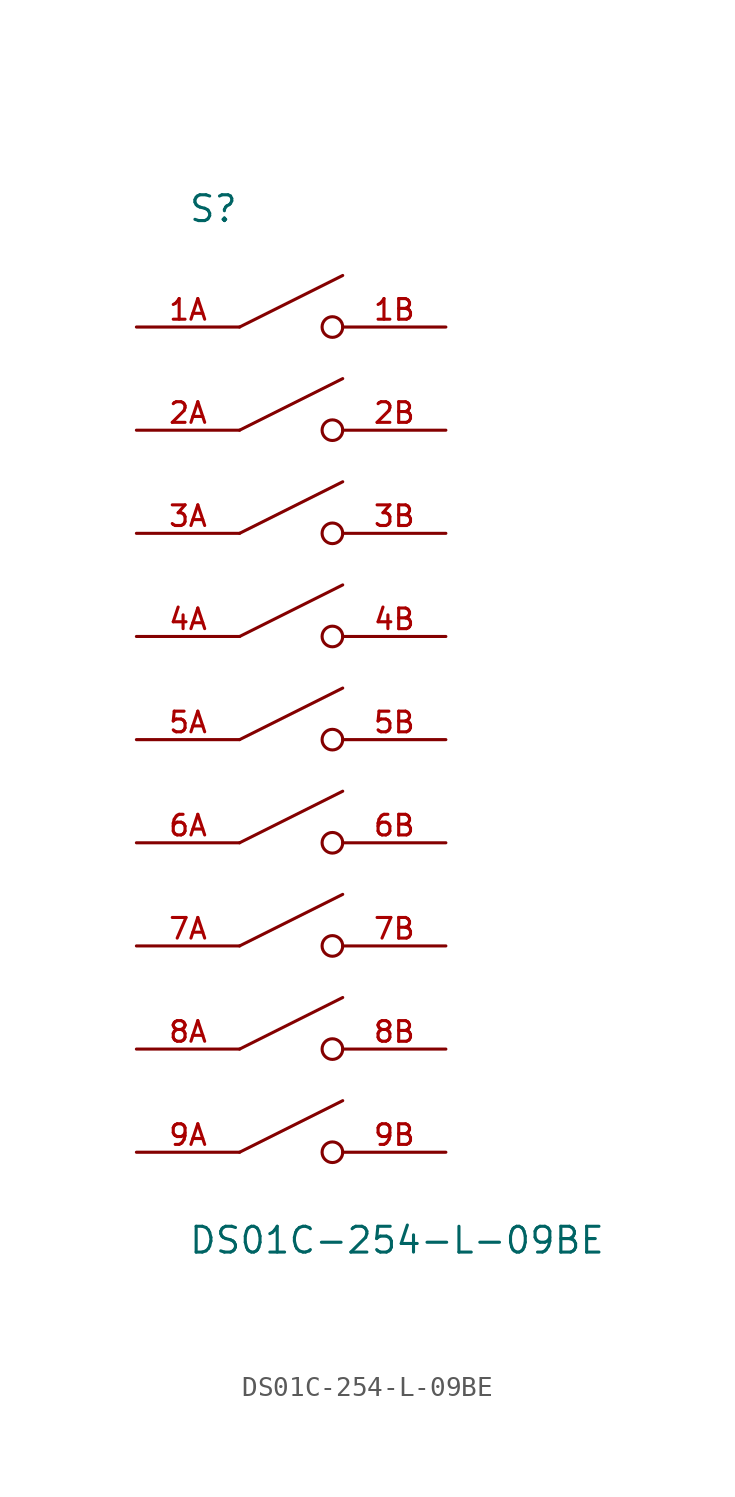
<source format=kicad_sym>
(kicad_symbol_lib
  (version 20211014)
  (generator kicad_symbol_editor)
  (symbol "DS01C-254-L-09BE"
    (pin_names
      (offset 1.016))
    (property "Reference" "S"
      (at -5.08 25.4 0)
      (effects (font (size 1.27 1.27)) (justify bottom left)))
    (property "Value" "DS01C-254-L-09BE"
      (at -5.08 -25.4 0)
      (effects (font (size 1.27 1.27)) (justify bottom left)))
    (symbol "DS01C-254-L-09BE_0_0"
      (polyline (pts (xy -2.54 20.32) (xy 2.54 22.86)) (stroke (width 0.152)))
      (circle (center 2.032 20.32) (radius 0.508) (stroke (width 0.152)) (fill (type none)))
      (polyline (pts (xy -2.54 15.24) (xy 2.54 17.78)) (stroke (width 0.152)))
      (circle (center 2.032 15.24) (radius 0.508) (stroke (width 0.152)) (fill (type none)))
      (polyline (pts (xy -2.54 10.16) (xy 2.54 12.7)) (stroke (width 0.152)))
      (circle (center 2.032 10.16) (radius 0.508) (stroke (width 0.152)) (fill (type none)))
      (polyline (pts (xy -2.54 5.08) (xy 2.54 7.62)) (stroke (width 0.152)))
      (circle (center 2.032 5.08) (radius 0.508) (stroke (width 0.152)) (fill (type none)))
      (polyline (pts (xy -2.54 0.0) (xy 2.54 2.54)) (stroke (width 0.152)))
      (circle (center 2.032 0.0) (radius 0.508) (stroke (width 0.152)) (fill (type none)))
      (polyline (pts (xy -2.54 -5.08) (xy 2.54 -2.54)) (stroke (width 0.152)))
      (circle (center 2.032 -5.08) (radius 0.508) (stroke (width 0.152)) (fill (type none)))
      (polyline (pts (xy -2.54 -10.16) (xy 2.54 -7.62)) (stroke (width 0.152)))
      (circle (center 2.032 -10.16) (radius 0.508) (stroke (width 0.152)) (fill (type none)))
      (polyline (pts (xy -2.54 -15.24) (xy 2.54 -12.7)) (stroke (width 0.152)))
      (circle (center 2.032 -15.24) (radius 0.508) (stroke (width 0.152)) (fill (type none)))
      (polyline (pts (xy -2.54 -20.32) (xy 2.54 -17.78)) (stroke (width 0.152)))
      (circle (center 2.032 -20.32) (radius 0.508) (stroke (width 0.152)) (fill (type none)))
      (pin passive line (at -7.62 20.32 0) (length 5.08) (name "~" (effects (font (size 1.016 1.016)))) (number "1A" (effects (font (size 1.016 1.016)))))
      (pin passive line (at 7.62 20.32 180.0) (length 5.08) (name "~" (effects (font (size 1.016 1.016)))) (number "1B" (effects (font (size 1.016 1.016)))))
      (pin passive line (at -7.62 15.24 0) (length 5.08) (name "~" (effects (font (size 1.016 1.016)))) (number "2A" (effects (font (size 1.016 1.016)))))
      (pin passive line (at -7.62 10.16 0) (length 5.08) (name "~" (effects (font (size 1.016 1.016)))) (number "3A" (effects (font (size 1.016 1.016)))))
      (pin passive line (at 7.62 15.24 180.0) (length 5.08) (name "~" (effects (font (size 1.016 1.016)))) (number "2B" (effects (font (size 1.016 1.016)))))
      (pin passive line (at 7.62 10.16 180.0) (length 5.08) (name "~" (effects (font (size 1.016 1.016)))) (number "3B" (effects (font (size 1.016 1.016)))))
      (pin passive line (at -7.62 5.08 0) (length 5.08) (name "~" (effects (font (size 1.016 1.016)))) (number "4A" (effects (font (size 1.016 1.016)))))
      (pin passive line (at 7.62 5.08 180.0) (length 5.08) (name "~" (effects (font (size 1.016 1.016)))) (number "4B" (effects (font (size 1.016 1.016)))))
      (pin passive line (at -7.62 0.0 0) (length 5.08) (name "~" (effects (font (size 1.016 1.016)))) (number "5A" (effects (font (size 1.016 1.016)))))
      (pin passive line (at 7.62 0.0 180.0) (length 5.08) (name "~" (effects (font (size 1.016 1.016)))) (number "5B" (effects (font (size 1.016 1.016)))))
      (pin passive line (at -7.62 -5.08 0) (length 5.08) (name "~" (effects (font (size 1.016 1.016)))) (number "6A" (effects (font (size 1.016 1.016)))))
      (pin passive line (at 7.62 -5.08 180.0) (length 5.08) (name "~" (effects (font (size 1.016 1.016)))) (number "6B" (effects (font (size 1.016 1.016)))))
      (pin passive line (at -7.62 -10.16 0) (length 5.08) (name "~" (effects (font (size 1.016 1.016)))) (number "7A" (effects (font (size 1.016 1.016)))))
      (pin passive line (at 7.62 -10.16 180.0) (length 5.08) (name "~" (effects (font (size 1.016 1.016)))) (number "7B" (effects (font (size 1.016 1.016)))))
      (pin passive line (at -7.62 -15.24 0) (length 5.08) (name "~" (effects (font (size 1.016 1.016)))) (number "8A" (effects (font (size 1.016 1.016)))))
      (pin passive line (at 7.62 -15.24 180.0) (length 5.08) (name "~" (effects (font (size 1.016 1.016)))) (number "8B" (effects (font (size 1.016 1.016)))))
      (pin passive line (at -7.62 -20.32 0) (length 5.08) (name "~" (effects (font (size 1.016 1.016)))) (number "9A" (effects (font (size 1.016 1.016)))))
      (pin passive line (at 7.62 -20.32 180.0) (length 5.08) (name "~" (effects (font (size 1.016 1.016)))) (number "9B" (effects (font (size 1.016 1.016))))))))
</source>
